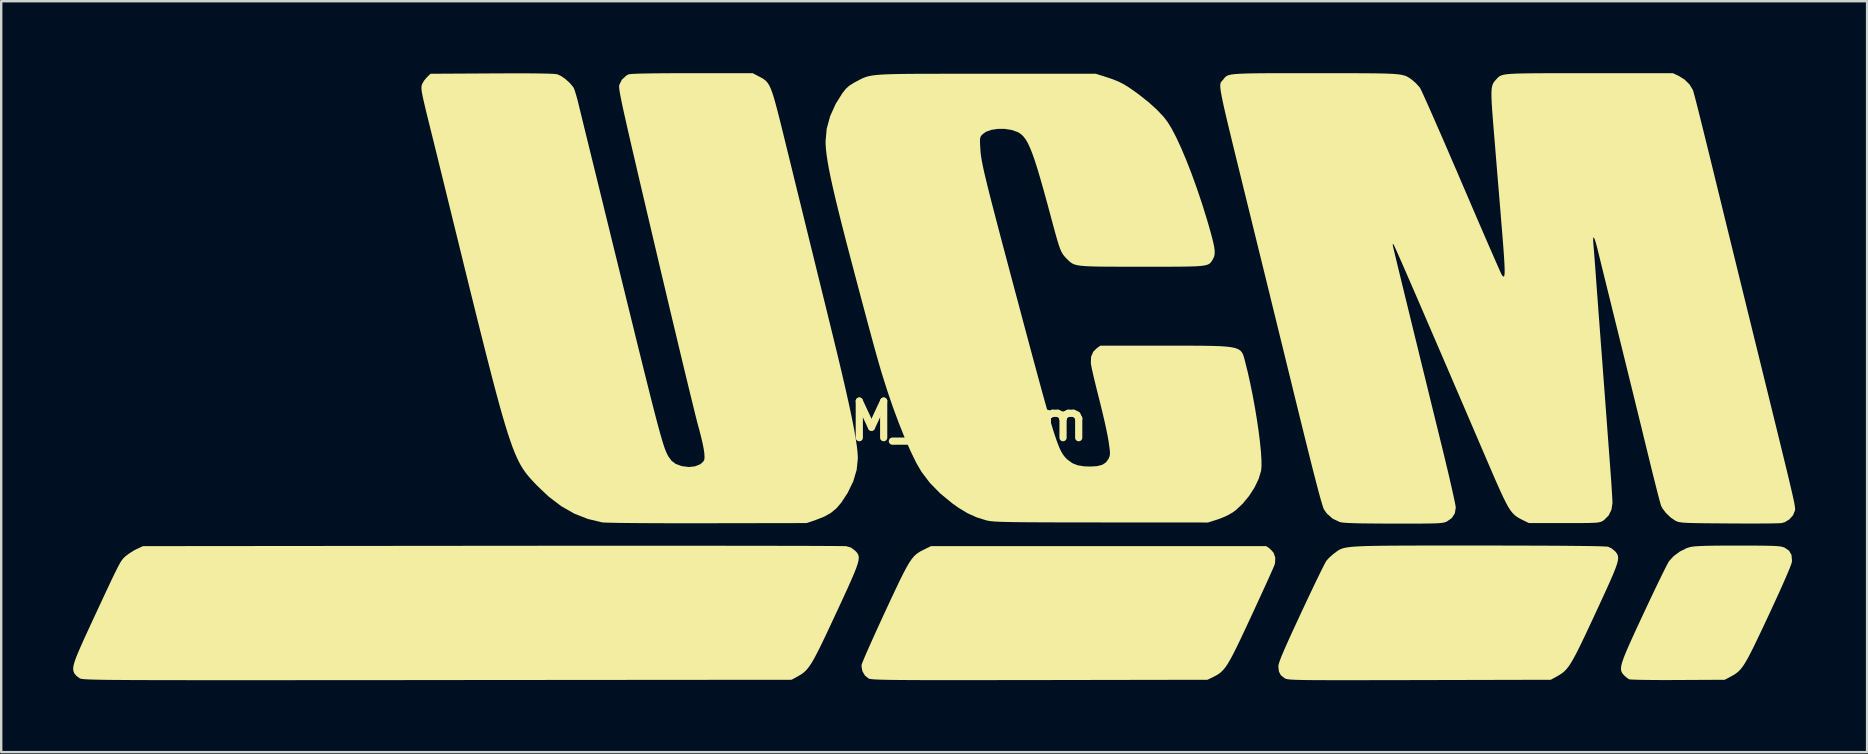
<source format=kicad_pcb>
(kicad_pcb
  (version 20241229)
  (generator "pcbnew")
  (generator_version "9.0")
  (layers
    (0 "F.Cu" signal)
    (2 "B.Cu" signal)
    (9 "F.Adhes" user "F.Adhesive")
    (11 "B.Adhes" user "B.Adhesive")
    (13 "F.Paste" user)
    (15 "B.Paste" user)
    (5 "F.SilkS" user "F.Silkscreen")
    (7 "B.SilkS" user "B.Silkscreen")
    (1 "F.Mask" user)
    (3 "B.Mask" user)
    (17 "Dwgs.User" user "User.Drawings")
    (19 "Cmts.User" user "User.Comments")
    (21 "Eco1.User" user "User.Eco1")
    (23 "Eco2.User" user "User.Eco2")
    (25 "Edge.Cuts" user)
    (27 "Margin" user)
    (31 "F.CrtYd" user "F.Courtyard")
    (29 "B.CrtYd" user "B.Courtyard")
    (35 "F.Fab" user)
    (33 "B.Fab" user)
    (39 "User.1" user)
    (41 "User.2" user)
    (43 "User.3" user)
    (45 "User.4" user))
  (footprint "UCM_25mm"
    (layer "F.Cu")
    (at 35.774 14.501)
    (property "Reference" "UCM_25mm" (at 0 0 0) (layer "F.SilkS") (effects (font (size 1.524 1.524) (thickness 0.3))))
    (attr board_only exclude_from_pos_files exclude_from_bom)
    (fp_poly (pts (xy 14.103 5.32) (xy 14.252 5.481) (xy 14.325 5.687) (xy 14.315 5.916) (xy 14.295 5.986) (xy 14.262 6.068) (xy 14.193 6.226) (xy 14.092 6.452) (xy 13.964 6.735) (xy 13.813 7.067) (xy 13.643 7.436) (xy 13.46 7.834) (xy 13.322 8.133) (xy 13.086 8.639) (xy 12.886 9.065) (xy 12.715 9.42) (xy 12.569 9.71) (xy 12.443 9.945) (xy 12.332 10.132) (xy 12.231 10.278) (xy 12.135 10.391) (xy 12.04 10.48) (xy 11.94 10.553) (xy 11.83 10.616) (xy 11.74 10.662) (xy 11.5 10.779) (xy 4.513 10.791) (xy 3.55 10.792) (xy 2.677 10.793) (xy 1.892 10.794) (xy 1.188 10.794) (xy 0.562 10.794) (xy 0.01 10.794) (xy -0.475 10.793) (xy -0.895 10.791) (xy -1.257 10.789) (xy -1.564 10.786) (xy -1.821 10.782) (xy -2.033 10.777) (xy -2.204 10.772) (xy -2.339 10.766) (xy -2.442 10.759) (xy -2.519 10.751) (xy -2.573 10.743) (xy -2.61 10.733) (xy -2.625 10.726) (xy -2.778 10.602) (xy -2.882 10.422) (xy -2.919 10.221) (xy -2.914 10.152) (xy -2.889 10.077) (xy -2.827 9.925) (xy -2.733 9.704) (xy -2.61 9.425) (xy -2.463 9.096) (xy -2.296 8.727) (xy -2.113 8.327) (xy -1.936 7.943) (xy -1.699 7.433) (xy -1.496 7.002) (xy -1.325 6.643) (xy -1.178 6.348) (xy -1.052 6.109) (xy -0.942 5.919) (xy -0.843 5.77) (xy -0.75 5.653) (xy -0.659 5.563) (xy -0.563 5.49) (xy -0.46 5.427) (xy -0.343 5.366) (xy -0.31 5.35) (xy -0.024 5.21) (xy 13.948 5.21)) (stroke (width 0) (type solid)) (fill yes) (layer "F.SilkS"))
    (fp_poly (pts (xy 33.609 5.187) (xy 34.071 5.187) (xy 34.446 5.189) (xy 34.746 5.192) (xy 34.981 5.197) (xy 35.161 5.204) (xy 35.295 5.214) (xy 35.395 5.227) (xy 35.471 5.244) (xy 35.532 5.265) (xy 35.559 5.277) (xy 35.738 5.401) (xy 35.838 5.578) (xy 35.86 5.81) (xy 35.854 5.871) (xy 35.827 5.964) (xy 35.761 6.137) (xy 35.658 6.384) (xy 35.521 6.699) (xy 35.354 7.074) (xy 35.158 7.504) (xy 34.937 7.982) (xy 34.886 8.091) (xy 34.648 8.597) (xy 34.446 9.024) (xy 34.274 9.38) (xy 34.128 9.671) (xy 34.003 9.907) (xy 33.893 10.095) (xy 33.794 10.243) (xy 33.701 10.359) (xy 33.61 10.45) (xy 33.514 10.524) (xy 33.411 10.589) (xy 33.298 10.651) (xy 33.058 10.779) (xy 31.114 10.789) (xy 30.688 10.791) (xy 30.289 10.79) (xy 29.929 10.787) (xy 29.618 10.783) (xy 29.366 10.777) (xy 29.186 10.77) (xy 29.087 10.762) (xy 29.073 10.759) (xy 28.975 10.696) (xy 28.866 10.598) (xy 28.857 10.589) (xy 28.802 10.525) (xy 28.761 10.46) (xy 28.737 10.386) (xy 28.731 10.296) (xy 28.747 10.181) (xy 28.787 10.034) (xy 28.852 9.846) (xy 28.947 9.612) (xy 29.073 9.321) (xy 29.232 8.968) (xy 29.428 8.543) (xy 29.662 8.04) (xy 29.672 8.019) (xy 29.867 7.603) (xy 30.054 7.208) (xy 30.228 6.844) (xy 30.385 6.52) (xy 30.52 6.247) (xy 30.627 6.034) (xy 30.703 5.89) (xy 30.737 5.834) (xy 30.931 5.623) (xy 31.186 5.435) (xy 31.466 5.295) (xy 31.603 5.251) (xy 31.701 5.232) (xy 31.841 5.217) (xy 32.033 5.206) (xy 32.284 5.197) (xy 32.605 5.191) (xy 33.002 5.188) (xy 33.484 5.187)) (stroke (width 0) (type solid)) (fill yes) (layer "F.SilkS"))
    (fp_poly (pts (xy 22.4 5.186) (xy 22.786 5.186) (xy 23.723 5.186) (xy 24.574 5.188) (xy 25.338 5.19) (xy 26.015 5.193) (xy 26.602 5.198) (xy 27.1 5.203) (xy 27.506 5.208) (xy 27.82 5.215) (xy 28.041 5.223) (xy 28.167 5.231) (xy 28.194 5.235) (xy 28.346 5.307) (xy 28.482 5.418) (xy 28.494 5.431) (xy 28.545 5.495) (xy 28.584 5.559) (xy 28.608 5.63) (xy 28.614 5.716) (xy 28.6 5.824) (xy 28.563 5.963) (xy 28.502 6.14) (xy 28.413 6.363) (xy 28.293 6.64) (xy 28.141 6.979) (xy 27.954 7.387) (xy 27.73 7.872) (xy 27.669 8.004) (xy 27.429 8.519) (xy 27.224 8.955) (xy 27.049 9.319) (xy 26.9 9.619) (xy 26.771 9.863) (xy 26.659 10.058) (xy 26.558 10.212) (xy 26.463 10.333) (xy 26.371 10.429) (xy 26.275 10.507) (xy 26.172 10.575) (xy 26.065 10.637) (xy 25.808 10.779) (xy 20.334 10.792) (xy 19.493 10.794) (xy 18.742 10.795) (xy 18.077 10.796) (xy 17.492 10.797) (xy 16.981 10.797) (xy 16.54 10.796) (xy 16.163 10.795) (xy 15.844 10.793) (xy 15.579 10.79) (xy 15.362 10.786) (xy 15.187 10.781) (xy 15.05 10.775) (xy 14.944 10.768) (xy 14.865 10.759) (xy 14.808 10.75) (xy 14.766 10.738) (xy 14.735 10.726) (xy 14.71 10.712) (xy 14.708 10.71) (xy 14.556 10.589) (xy 14.477 10.44) (xy 14.453 10.235) (xy 14.453 10.226) (xy 14.46 10.161) (xy 14.486 10.065) (xy 14.532 9.933) (xy 14.602 9.756) (xy 14.699 9.529) (xy 14.825 9.243) (xy 14.984 8.891) (xy 15.18 8.467) (xy 15.395 8.002) (xy 15.591 7.585) (xy 15.778 7.189) (xy 15.951 6.825) (xy 16.107 6.503) (xy 16.24 6.231) (xy 16.347 6.019) (xy 16.421 5.878) (xy 16.456 5.819) (xy 16.566 5.697) (xy 16.713 5.564) (xy 16.798 5.498) (xy 16.862 5.45) (xy 16.921 5.408) (xy 16.98 5.37) (xy 17.044 5.337) (xy 17.119 5.308) (xy 17.211 5.283) (xy 17.324 5.262) (xy 17.465 5.244) (xy 17.638 5.229) (xy 17.851 5.217) (xy 18.107 5.207) (xy 18.412 5.2) (xy 18.773 5.194) (xy 19.194 5.19) (xy 19.681 5.188) (xy 20.24 5.186) (xy 20.876 5.186) (xy 21.594 5.186)) (stroke (width 0) (type solid)) (fill yes) (layer "F.SilkS"))
    (fp_poly (pts (xy -11.68 5.193) (xy -10.701 5.193) (xy -9.768 5.193) (xy -8.886 5.194) (xy -8.057 5.195) (xy -7.286 5.196) (xy -6.576 5.197) (xy -5.931 5.198) (xy -5.356 5.199) (xy -4.853 5.201) (xy -4.427 5.203) (xy -4.08 5.205) (xy -3.818 5.207) (xy -3.644 5.209) (xy -3.561 5.212) (xy -3.556 5.212) (xy -3.359 5.27) (xy -3.188 5.397) (xy -3.178 5.407) (xy -3.119 5.47) (xy -3.073 5.533) (xy -3.044 5.603) (xy -3.033 5.688) (xy -3.043 5.796) (xy -3.076 5.934) (xy -3.135 6.111) (xy -3.222 6.333) (xy -3.34 6.608) (xy -3.49 6.944) (xy -3.675 7.349) (xy -3.898 7.831) (xy -3.997 8.043) (xy -4.236 8.554) (xy -4.439 8.987) (xy -4.613 9.347) (xy -4.761 9.643) (xy -4.888 9.884) (xy -4.999 10.076) (xy -5.099 10.227) (xy -5.193 10.345) (xy -5.285 10.439) (xy -5.38 10.516) (xy -5.482 10.583) (xy -5.576 10.637) (xy -5.834 10.779) (xy -20.598 10.791) (xy -22.01 10.793) (xy -23.328 10.794) (xy -24.557 10.794) (xy -25.699 10.795) (xy -26.758 10.796) (xy -27.737 10.796) (xy -28.639 10.797) (xy -29.467 10.797) (xy -30.225 10.796) (xy -30.915 10.796) (xy -31.542 10.795) (xy -32.108 10.794) (xy -32.615 10.793) (xy -33.069 10.791) (xy -33.471 10.79) (xy -33.825 10.787) (xy -34.134 10.785) (xy -34.401 10.782) (xy -34.63 10.778) (xy -34.824 10.774) (xy -34.985 10.77) (xy -35.117 10.765) (xy -35.224 10.76) (xy -35.308 10.755) (xy -35.372 10.748) (xy -35.421 10.742) (xy -35.456 10.735) (xy -35.482 10.727) (xy -35.501 10.718) (xy -35.516 10.71) (xy -35.633 10.621) (xy -35.715 10.53) (xy -35.72 10.521) (xy -35.752 10.451) (xy -35.771 10.376) (xy -35.774 10.289) (xy -35.758 10.18) (xy -35.72 10.041) (xy -35.658 9.864) (xy -35.567 9.639) (xy -35.446 9.36) (xy -35.292 9.017) (xy -35.101 8.602) (xy -34.938 8.25) (xy -34.696 7.73) (xy -34.491 7.29) (xy -34.318 6.922) (xy -34.176 6.62) (xy -34.058 6.375) (xy -33.963 6.181) (xy -33.885 6.031) (xy -33.822 5.916) (xy -33.77 5.83) (xy -33.724 5.766) (xy -33.682 5.716) (xy -33.638 5.673) (xy -33.596 5.634) (xy -33.44 5.515) (xy -33.249 5.395) (xy -33.136 5.336) (xy -32.866 5.21) (xy -18.318 5.196) (xy -17.14 5.195) (xy -15.985 5.194) (xy -14.858 5.193) (xy -13.763 5.193) (xy -12.702 5.193)) (stroke (width 0) (type solid)) (fill yes) (layer "F.SilkS"))
    (fp_poly (pts (xy -7.197 -14.366) (xy -7.089 -14.309) (xy -6.996 -14.253) (xy -6.915 -14.19) (xy -6.843 -14.113) (xy -6.776 -14.012) (xy -6.712 -13.88) (xy -6.646 -13.709) (xy -6.575 -13.491) (xy -6.497 -13.217) (xy -6.408 -12.879) (xy -6.304 -12.469) (xy -6.183 -11.979) (xy -6.099 -11.637) (xy -5.963 -11.084) (xy -5.812 -10.47) (xy -5.653 -9.819) (xy -5.49 -9.158) (xy -5.331 -8.511) (xy -5.182 -7.904) (xy -5.049 -7.363) (xy -5.039 -7.322) (xy -4.912 -6.808) (xy -4.777 -6.256) (xy -4.637 -5.688) (xy -4.498 -5.124) (xy -4.366 -4.587) (xy -4.246 -4.098) (xy -4.143 -3.677) (xy -4.13 -3.625) (xy -3.92 -2.762) (xy -3.735 -1.987) (xy -3.575 -1.297) (xy -3.439 -0.686) (xy -3.325 -0.151) (xy -3.234 0.312) (xy -3.164 0.708) (xy -3.114 1.04) (xy -3.084 1.312) (xy -3.073 1.529) (xy -3.073 1.552) (xy -3.121 2.029) (xy -3.264 2.512) (xy -3.501 2.998) (xy -3.765 3.399) (xy -3.97 3.639) (xy -4.203 3.829) (xy -4.485 3.986) (xy -4.826 4.119) (xy -5.21 4.249) (xy -9.339 4.256) (xy -9.996 4.257) (xy -10.622 4.257) (xy -11.21 4.255) (xy -11.754 4.253) (xy -12.247 4.25) (xy -12.682 4.246) (xy -13.051 4.241) (xy -13.349 4.235) (xy -13.567 4.229) (xy -13.7 4.223) (xy -13.731 4.219) (xy -14.329 4.076) (xy -14.896 3.852) (xy -15.437 3.542) (xy -15.96 3.144) (xy -16.425 2.703) (xy -16.543 2.58) (xy -16.652 2.464) (xy -16.755 2.35) (xy -16.852 2.234) (xy -16.944 2.114) (xy -17.033 1.984) (xy -17.12 1.841) (xy -17.206 1.681) (xy -17.292 1.501) (xy -17.38 1.296) (xy -17.471 1.062) (xy -17.565 0.796) (xy -17.665 0.495) (xy -17.771 0.153) (xy -17.885 -0.233) (xy -18.007 -0.666) (xy -18.139 -1.151) (xy -18.282 -1.692) (xy -18.437 -2.292) (xy -18.606 -2.954) (xy -18.79 -3.684) (xy -18.99 -4.485) (xy -19.207 -5.36) (xy -19.442 -6.314) (xy -19.696 -7.35) (xy -19.972 -8.472) (xy -20.214 -9.459) (xy -20.322 -9.899) (xy -20.442 -10.387) (xy -20.566 -10.891) (xy -20.687 -11.384) (xy -20.799 -11.834) (xy -20.871 -12.124) (xy -20.983 -12.575) (xy -21.073 -12.943) (xy -21.143 -13.238) (xy -21.195 -13.468) (xy -21.23 -13.645) (xy -21.252 -13.777) (xy -21.26 -13.875) (xy -21.257 -13.948) (xy -21.246 -14.006) (xy -21.227 -14.058) (xy -21.152 -14.187) (xy -21.043 -14.32) (xy -21.024 -14.339) (xy -20.88 -14.477) (xy -18.327 -14.491) (xy -17.684 -14.494) (xy -17.133 -14.495) (xy -16.672 -14.493) (xy -16.296 -14.489) (xy -16.003 -14.482) (xy -15.787 -14.474) (xy -15.647 -14.462) (xy -15.588 -14.452) (xy -15.43 -14.376) (xy -15.249 -14.247) (xy -15.076 -14.091) (xy -14.944 -13.934) (xy -14.908 -13.876) (xy -14.87 -13.777) (xy -14.819 -13.611) (xy -14.761 -13.404) (xy -14.722 -13.249) (xy -14.683 -13.086) (xy -14.623 -12.844) (xy -14.548 -12.537) (xy -14.461 -12.179) (xy -14.364 -11.786) (xy -14.262 -11.371) (xy -14.164 -10.971) (xy -14.057 -10.536) (xy -13.932 -10.029) (xy -13.795 -9.469) (xy -13.65 -8.878) (xy -13.502 -8.275) (xy -13.357 -7.683) (xy -13.219 -7.12) (xy -13.156 -6.866) (xy -12.908 -5.855) (xy -12.682 -4.934) (xy -12.476 -4.096) (xy -12.29 -3.339) (xy -12.121 -2.658) (xy -11.97 -2.048) (xy -11.834 -1.506) (xy -11.714 -1.026) (xy -11.607 -0.605) (xy -11.512 -0.238) (xy -11.429 0.079) (xy -11.355 0.351) (xy -11.291 0.582) (xy -11.235 0.776) (xy -11.185 0.938) (xy -11.142 1.072) (xy -11.102 1.183) (xy -11.066 1.274) (xy -11.032 1.35) (xy -10.999 1.415) (xy -10.969 1.47) (xy -10.834 1.655) (xy -10.668 1.78) (xy -10.441 1.865) (xy -10.379 1.88) (xy -10.106 1.912) (xy -9.853 1.883) (xy -9.645 1.799) (xy -9.577 1.746) (xy -9.507 1.675) (xy -9.471 1.605) (xy -9.461 1.506) (xy -9.47 1.348) (xy -9.474 1.305) (xy -9.498 1.146) (xy -9.543 0.92) (xy -9.606 0.652) (xy -9.68 0.366) (xy -9.721 0.216) (xy -9.758 0.078) (xy -9.816 -0.148) (xy -9.892 -0.456) (xy -9.986 -0.838) (xy -10.096 -1.29) (xy -10.221 -1.804) (xy -10.359 -2.376) (xy -10.508 -2.998) (xy -10.667 -3.665) (xy -10.836 -4.371) (xy -11.011 -5.109) (xy -11.192 -5.874) (xy -11.378 -6.659) (xy -11.502 -7.189) (xy -11.72 -8.114) (xy -11.917 -8.951) (xy -12.094 -9.704) (xy -12.251 -10.377) (xy -12.39 -10.975) (xy -12.513 -11.502) (xy -12.619 -11.963) (xy -12.71 -12.363) (xy -12.787 -12.707) (xy -12.852 -12.998) (xy -12.904 -13.241) (xy -12.945 -13.441) (xy -12.976 -13.603) (xy -12.998 -13.731) (xy -13.013 -13.83) (xy -13.02 -13.904) (xy -13.021 -13.957) (xy -13.018 -13.995) (xy -13.015 -14.01) (xy -12.907 -14.23) (xy -12.719 -14.403) (xy -12.643 -14.447) (xy -12.581 -14.46) (xy -12.447 -14.471) (xy -12.238 -14.481) (xy -11.95 -14.488) (xy -11.581 -14.494) (xy -11.125 -14.498) (xy -10.581 -14.5) (xy -9.996 -14.501) (xy -7.453 -14.501)) (stroke (width 0) (type solid)) (fill yes) (layer "F.SilkS"))
    (fp_poly (pts (xy 1.92 -14.477) (xy 2.281 -14.477) (xy 6.842 -14.477) (xy 7.265 -14.344) (xy 7.548 -14.249) (xy 7.789 -14.152) (xy 8.012 -14.038) (xy 8.245 -13.894) (xy 8.513 -13.705) (xy 8.635 -13.616) (xy 9.035 -13.3) (xy 9.38 -12.99) (xy 9.659 -12.697) (xy 9.829 -12.479) (xy 10.006 -12.191) (xy 10.2 -11.819) (xy 10.405 -11.375) (xy 10.618 -10.871) (xy 10.834 -10.317) (xy 11.049 -9.723) (xy 11.259 -9.102) (xy 11.459 -8.463) (xy 11.55 -8.153) (xy 11.654 -7.785) (xy 11.729 -7.496) (xy 11.777 -7.271) (xy 11.8 -7.098) (xy 11.798 -6.964) (xy 11.774 -6.854) (xy 11.73 -6.757) (xy 11.718 -6.736) (xy 11.679 -6.673) (xy 11.641 -6.619) (xy 11.596 -6.573) (xy 11.537 -6.536) (xy 11.455 -6.506) (xy 11.343 -6.483) (xy 11.194 -6.465) (xy 10.999 -6.452) (xy 10.751 -6.444) (xy 10.442 -6.439) (xy 10.064 -6.436) (xy 9.609 -6.435) (xy 9.071 -6.435) (xy 8.753 -6.435) (xy 8.167 -6.435) (xy 7.669 -6.436) (xy 7.25 -6.438) (xy 6.903 -6.442) (xy 6.62 -6.45) (xy 6.392 -6.461) (xy 6.212 -6.477) (xy 6.071 -6.499) (xy 5.962 -6.528) (xy 5.875 -6.564) (xy 5.804 -6.609) (xy 5.739 -6.662) (xy 5.673 -6.726) (xy 5.626 -6.773) (xy 5.55 -6.854) (xy 5.485 -6.935) (xy 5.426 -7.031) (xy 5.37 -7.152) (xy 5.312 -7.311) (xy 5.246 -7.52) (xy 5.169 -7.79) (xy 5.075 -8.135) (xy 5.01 -8.375) (xy 4.832 -9.038) (xy 4.674 -9.613) (xy 4.533 -10.108) (xy 4.408 -10.53) (xy 4.294 -10.884) (xy 4.19 -11.177) (xy 4.093 -11.416) (xy 4.002 -11.607) (xy 3.912 -11.757) (xy 3.822 -11.872) (xy 3.729 -11.959) (xy 3.631 -12.024) (xy 3.59 -12.046) (xy 3.336 -12.135) (xy 3.053 -12.179) (xy 2.764 -12.18) (xy 2.494 -12.14) (xy 2.269 -12.059) (xy 2.135 -11.965) (xy 2.076 -11.903) (xy 2.039 -11.843) (xy 2.021 -11.763) (xy 2.018 -11.641) (xy 2.026 -11.454) (xy 2.032 -11.356) (xy 2.039 -11.252) (xy 2.05 -11.143) (xy 2.066 -11.022) (xy 2.088 -10.885) (xy 2.118 -10.726) (xy 2.156 -10.54) (xy 2.205 -10.321) (xy 2.266 -10.065) (xy 2.339 -9.765) (xy 2.426 -9.417) (xy 2.529 -9.015) (xy 2.649 -8.554) (xy 2.786 -8.029) (xy 2.943 -7.434) (xy 3.121 -6.765) (xy 3.32 -6.014) (xy 3.543 -5.179) (xy 3.625 -4.874) (xy 3.859 -3.994) (xy 4.071 -3.202) (xy 4.262 -2.493) (xy 4.433 -1.862) (xy 4.585 -1.304) (xy 4.721 -0.814) (xy 4.842 -0.387) (xy 4.949 -0.018) (xy 5.044 0.298) (xy 5.129 0.565) (xy 5.205 0.789) (xy 5.273 0.975) (xy 5.336 1.128) (xy 5.395 1.252) (xy 5.451 1.352) (xy 5.507 1.434) (xy 5.563 1.503) (xy 5.621 1.563) (xy 5.683 1.62) (xy 5.683 1.62) (xy 5.873 1.755) (xy 6.091 1.841) (xy 6.359 1.884) (xy 6.602 1.893) (xy 6.895 1.876) (xy 7.111 1.821) (xy 7.266 1.722) (xy 7.374 1.573) (xy 7.381 1.558) (xy 7.414 1.481) (xy 7.432 1.403) (xy 7.435 1.303) (xy 7.422 1.161) (xy 7.394 0.955) (xy 7.376 0.833) (xy 7.34 0.628) (xy 7.284 0.35) (xy 7.212 0.021) (xy 7.128 -0.339) (xy 7.038 -0.71) (xy 6.976 -0.955) (xy 6.889 -1.297) (xy 6.81 -1.621) (xy 6.741 -1.911) (xy 6.687 -2.151) (xy 6.651 -2.327) (xy 6.638 -2.415) (xy 6.648 -2.679) (xy 6.735 -2.888) (xy 6.885 -3.038) (xy 7.034 -3.145) (xy 9.699 -3.145) (xy 10.33 -3.145) (xy 10.873 -3.144) (xy 11.333 -3.141) (xy 11.719 -3.134) (xy 12.038 -3.123) (xy 12.296 -3.105) (xy 12.501 -3.079) (xy 12.66 -3.044) (xy 12.78 -2.998) (xy 12.868 -2.941) (xy 12.931 -2.87) (xy 12.978 -2.785) (xy 13.013 -2.684) (xy 13.046 -2.565) (xy 13.064 -2.494) (xy 13.178 -2.037) (xy 13.286 -1.551) (xy 13.388 -1.048) (xy 13.48 -0.542) (xy 13.562 -0.044) (xy 13.632 0.433) (xy 13.687 0.878) (xy 13.727 1.277) (xy 13.748 1.618) (xy 13.75 1.89) (xy 13.734 2.065) (xy 13.633 2.405) (xy 13.461 2.763) (xy 13.234 3.116) (xy 12.969 3.438) (xy 12.682 3.708) (xy 12.551 3.804) (xy 12.369 3.909) (xy 12.142 4.014) (xy 11.916 4.1) (xy 11.902 4.104) (xy 11.519 4.225) (xy 7.068 4.222) (xy 6.307 4.221) (xy 5.636 4.22) (xy 5.049 4.219) (xy 4.539 4.217) (xy 4.101 4.215) (xy 3.728 4.212) (xy 3.414 4.208) (xy 3.153 4.203) (xy 2.938 4.198) (xy 2.764 4.191) (xy 2.624 4.183) (xy 2.513 4.173) (xy 2.423 4.163) (xy 2.35 4.15) (xy 2.286 4.136) (xy 2.281 4.135) (xy 1.88 4.011) (xy 1.502 3.84) (xy 1.118 3.608) (xy 0.857 3.422) (xy 0.347 3.001) (xy -0.075 2.568) (xy -0.42 2.112) (xy -0.636 1.742) (xy -0.871 1.259) (xy -1.117 0.699) (xy -1.365 0.08) (xy -1.611 -0.581) (xy -1.845 -1.267) (xy -2.036 -1.869) (xy -2.097 -2.068) (xy -2.157 -2.271) (xy -2.218 -2.484) (xy -2.285 -2.717) (xy -2.358 -2.979) (xy -2.44 -3.279) (xy -2.534 -3.624) (xy -2.642 -4.024) (xy -2.766 -4.488) (xy -2.909 -5.024) (xy -3.073 -5.641) (xy -3.137 -5.882) (xy -3.359 -6.724) (xy -3.557 -7.479) (xy -3.73 -8.154) (xy -3.88 -8.754) (xy -4.009 -9.284) (xy -4.117 -9.751) (xy -4.207 -10.16) (xy -4.279 -10.516) (xy -4.334 -10.827) (xy -4.375 -11.096) (xy -4.401 -11.331) (xy -4.415 -11.536) (xy -4.417 -11.668) (xy -4.37 -12.185) (xy -4.229 -12.704) (xy -3.997 -13.219) (xy -3.718 -13.665) (xy -3.573 -13.849) (xy -3.424 -13.984) (xy -3.23 -14.104) (xy -3.184 -14.129) (xy -3.077 -14.185) (xy -2.983 -14.236) (xy -2.895 -14.28) (xy -2.806 -14.318) (xy -2.712 -14.351) (xy -2.604 -14.379) (xy -2.479 -14.403) (xy -2.328 -14.423) (xy -2.146 -14.438) (xy -1.926 -14.451) (xy -1.663 -14.46) (xy -1.35 -14.467) (xy -0.981 -14.472) (xy -0.55 -14.475) (xy -0.051 -14.476) (xy 0.523 -14.477) (xy 1.178 -14.477)) (stroke (width 0) (type solid)) (fill yes) (layer "F.SilkS"))
    (fp_poly (pts (xy 17.249 -14.5) (xy 17.757 -14.499) (xy 18.19 -14.497) (xy 18.554 -14.493) (xy 18.858 -14.487) (xy 19.107 -14.478) (xy 19.31 -14.466) (xy 19.472 -14.45) (xy 19.6 -14.429) (xy 19.703 -14.404) (xy 19.786 -14.374) (xy 19.857 -14.338) (xy 19.923 -14.296) (xy 19.991 -14.247) (xy 20.039 -14.212) (xy 20.186 -14.083) (xy 20.322 -13.934) (xy 20.359 -13.884) (xy 20.396 -13.813) (xy 20.468 -13.66) (xy 20.571 -13.432) (xy 20.704 -13.137) (xy 20.861 -12.781) (xy 21.041 -12.37) (xy 21.241 -11.913) (xy 21.458 -11.415) (xy 21.687 -10.883) (xy 21.928 -10.325) (xy 22.084 -9.96) (xy 22.329 -9.39) (xy 22.563 -8.845) (xy 22.785 -8.329) (xy 22.992 -7.851) (xy 23.18 -7.417) (xy 23.347 -7.034) (xy 23.49 -6.707) (xy 23.605 -6.445) (xy 23.691 -6.253) (xy 23.743 -6.138) (xy 23.759 -6.107) (xy 23.801 -6.049) (xy 23.834 -6.022) (xy 23.859 -6.033) (xy 23.876 -6.087) (xy 23.884 -6.193) (xy 23.883 -6.355) (xy 23.874 -6.581) (xy 23.856 -6.876) (xy 23.829 -7.248) (xy 23.794 -7.702) (xy 23.749 -8.246) (xy 23.747 -8.269) (xy 23.704 -8.798) (xy 23.657 -9.367) (xy 23.608 -9.954) (xy 23.56 -10.536) (xy 23.514 -11.092) (xy 23.473 -11.599) (xy 23.437 -12.035) (xy 23.432 -12.091) (xy 23.394 -12.566) (xy 23.364 -12.957) (xy 23.344 -13.271) (xy 23.334 -13.521) (xy 23.334 -13.715) (xy 23.344 -13.864) (xy 23.366 -13.977) (xy 23.399 -14.066) (xy 23.444 -14.14) (xy 23.502 -14.209) (xy 23.52 -14.229) (xy 23.566 -14.279) (xy 23.608 -14.323) (xy 23.653 -14.361) (xy 23.708 -14.393) (xy 23.778 -14.42) (xy 23.872 -14.442) (xy 23.995 -14.459) (xy 24.155 -14.473) (xy 24.358 -14.483) (xy 24.611 -14.49) (xy 24.921 -14.495) (xy 25.295 -14.498) (xy 25.739 -14.5) (xy 26.26 -14.5) (xy 26.866 -14.5) (xy 27.402 -14.5) (xy 30.898 -14.5) (xy 31.138 -14.388) (xy 31.383 -14.235) (xy 31.588 -14.033) (xy 31.725 -13.808) (xy 31.728 -13.802) (xy 31.748 -13.739) (xy 31.784 -13.612) (xy 31.835 -13.419) (xy 31.902 -13.157) (xy 31.987 -12.822) (xy 32.089 -12.413) (xy 32.21 -11.926) (xy 32.35 -11.358) (xy 32.51 -10.706) (xy 32.691 -9.967) (xy 32.894 -9.139) (xy 32.962 -8.859) (xy 33.043 -8.526) (xy 33.145 -8.11) (xy 33.266 -7.619) (xy 33.402 -7.064) (xy 33.552 -6.453) (xy 33.714 -5.795) (xy 33.884 -5.102) (xy 34.061 -4.381) (xy 34.243 -3.642) (xy 34.427 -2.895) (xy 34.572 -2.305) (xy 34.784 -1.445) (xy 34.974 -0.673) (xy 35.143 0.016) (xy 35.293 0.626) (xy 35.424 1.162) (xy 35.538 1.63) (xy 35.637 2.035) (xy 35.72 2.381) (xy 35.789 2.673) (xy 35.846 2.917) (xy 35.892 3.116) (xy 35.927 3.277) (xy 35.953 3.404) (xy 35.971 3.502) (xy 35.982 3.576) (xy 35.988 3.631) (xy 35.989 3.672) (xy 35.987 3.704) (xy 35.982 3.73) (xy 35.901 3.926) (xy 35.75 4.095) (xy 35.557 4.212) (xy 35.425 4.249) (xy 35.333 4.255) (xy 35.157 4.26) (xy 34.907 4.264) (xy 34.595 4.266) (xy 34.232 4.268) (xy 33.83 4.267) (xy 33.4 4.265) (xy 33.202 4.264) (xy 32.709 4.26) (xy 32.302 4.257) (xy 31.973 4.253) (xy 31.711 4.247) (xy 31.508 4.241) (xy 31.353 4.232) (xy 31.238 4.221) (xy 31.154 4.207) (xy 31.09 4.19) (xy 31.037 4.169) (xy 30.99 4.145) (xy 30.796 4.011) (xy 30.61 3.832) (xy 30.463 3.641) (xy 30.405 3.529) (xy 30.38 3.448) (xy 30.335 3.286) (xy 30.274 3.055) (xy 30.201 2.77) (xy 30.118 2.44) (xy 30.028 2.08) (xy 29.983 1.897) (xy 29.782 1.075) (xy 29.596 0.312) (xy 29.418 -0.412) (xy 29.245 -1.119) (xy 29.07 -1.829) (xy 28.889 -2.564) (xy 28.697 -3.344) (xy 28.488 -4.191) (xy 28.426 -4.441) (xy 28.309 -4.917) (xy 28.195 -5.377) (xy 28.088 -5.81) (xy 27.991 -6.205) (xy 27.905 -6.553) (xy 27.835 -6.84) (xy 27.781 -7.058) (xy 27.748 -7.194) (xy 27.746 -7.202) (xy 27.684 -7.436) (xy 27.634 -7.588) (xy 27.597 -7.656) (xy 27.576 -7.636) (xy 27.572 -7.527) (xy 27.581 -7.394) (xy 27.592 -7.262) (xy 27.609 -7.051) (xy 27.63 -6.777) (xy 27.655 -6.456) (xy 27.681 -6.104) (xy 27.706 -5.762) (xy 27.736 -5.352) (xy 27.769 -4.915) (xy 27.801 -4.478) (xy 27.832 -4.068) (xy 27.859 -3.711) (xy 27.873 -3.529) (xy 27.894 -3.246) (xy 27.922 -2.888) (xy 27.953 -2.476) (xy 27.986 -2.033) (xy 28.02 -1.579) (xy 28.054 -1.134) (xy 28.063 -1.008) (xy 28.098 -0.545) (xy 28.136 -0.04) (xy 28.174 0.478) (xy 28.212 0.983) (xy 28.247 1.449) (xy 28.277 1.848) (xy 28.28 1.886) (xy 28.306 2.242) (xy 28.33 2.578) (xy 28.349 2.881) (xy 28.365 3.132) (xy 28.374 3.318) (xy 28.377 3.416) (xy 28.335 3.693) (xy 28.215 3.935) (xy 28.028 4.121) (xy 27.995 4.144) (xy 27.944 4.174) (xy 27.89 4.197) (xy 27.822 4.215) (xy 27.729 4.229) (xy 27.599 4.238) (xy 27.422 4.244) (xy 27.186 4.247) (xy 26.879 4.249) (xy 26.491 4.249) (xy 26.36 4.249) (xy 24.896 4.249) (xy 24.625 4.116) (xy 24.505 4.055) (xy 24.4 3.992) (xy 24.304 3.92) (xy 24.214 3.83) (xy 24.123 3.714) (xy 24.028 3.564) (xy 23.924 3.372) (xy 23.805 3.13) (xy 23.667 2.83) (xy 23.504 2.463) (xy 23.313 2.022) (xy 23.156 1.657) (xy 22.681 0.551) (xy 22.243 -0.47) (xy 21.84 -1.407) (xy 21.472 -2.265) (xy 21.136 -3.044) (xy 20.832 -3.75) (xy 20.559 -4.383) (xy 20.316 -4.947) (xy 20.101 -5.444) (xy 19.913 -5.877) (xy 19.751 -6.25) (xy 19.614 -6.563) (xy 19.501 -6.821) (xy 19.41 -7.026) (xy 19.34 -7.181) (xy 19.291 -7.288) (xy 19.26 -7.351) (xy 19.248 -7.37) (xy 19.218 -7.377) (xy 19.227 -7.298) (xy 19.256 -7.172) (xy 19.308 -6.957) (xy 19.38 -6.659) (xy 19.471 -6.282) (xy 19.581 -5.83) (xy 19.708 -5.31) (xy 19.851 -4.725) (xy 20.008 -4.08) (xy 20.18 -3.38) (xy 20.363 -2.63) (xy 20.558 -1.835) (xy 20.763 -0.999) (xy 20.977 -0.127) (xy 21.199 0.776) (xy 21.301 1.191) (xy 21.411 1.645) (xy 21.514 2.075) (xy 21.607 2.473) (xy 21.688 2.827) (xy 21.755 3.128) (xy 21.805 3.366) (xy 21.837 3.53) (xy 21.847 3.609) (xy 21.805 3.849) (xy 21.679 4.042) (xy 21.485 4.178) (xy 21.433 4.202) (xy 21.375 4.221) (xy 21.303 4.236) (xy 21.207 4.248) (xy 21.077 4.257) (xy 20.904 4.263) (xy 20.679 4.267) (xy 20.392 4.27) (xy 20.035 4.271) (xy 19.597 4.271) (xy 19.251 4.27) (xy 18.715 4.269) (xy 18.268 4.265) (xy 17.901 4.261) (xy 17.607 4.254) (xy 17.379 4.245) (xy 17.208 4.234) (xy 17.087 4.22) (xy 17.009 4.203) (xy 17.008 4.203) (xy 16.715 4.064) (xy 16.474 3.851) (xy 16.356 3.684) (xy 16.322 3.603) (xy 16.273 3.448) (xy 16.205 3.215) (xy 16.12 2.904) (xy 16.017 2.51) (xy 15.894 2.033) (xy 15.752 1.471) (xy 15.59 0.82) (xy 15.407 0.08) (xy 15.269 -0.48) (xy 15.113 -1.115) (xy 14.958 -1.749) (xy 14.805 -2.372) (xy 14.658 -2.974) (xy 14.517 -3.546) (xy 14.387 -4.076) (xy 14.269 -4.557) (xy 14.166 -4.976) (xy 14.081 -5.326) (xy 14.014 -5.595) (xy 13.997 -5.666) (xy 13.9 -6.062) (xy 13.787 -6.522) (xy 13.665 -7.016) (xy 13.543 -7.513) (xy 13.427 -7.985) (xy 13.354 -8.283) (xy 13.145 -9.131) (xy 12.958 -9.891) (xy 12.792 -10.568) (xy 12.645 -11.166) (xy 12.517 -11.692) (xy 12.406 -12.149) (xy 12.312 -12.543) (xy 12.233 -12.879) (xy 12.169 -13.162) (xy 12.119 -13.397) (xy 12.081 -13.588) (xy 12.054 -13.742) (xy 12.038 -13.863) (xy 12.031 -13.956) (xy 12.033 -14.026) (xy 12.042 -14.078) (xy 12.057 -14.117) (xy 12.078 -14.148) (xy 12.103 -14.177) (xy 12.132 -14.207) (xy 12.153 -14.233) (xy 12.192 -14.283) (xy 12.228 -14.326) (xy 12.269 -14.363) (xy 12.321 -14.395) (xy 12.391 -14.421) (xy 12.485 -14.443) (xy 12.611 -14.46) (xy 12.775 -14.473) (xy 12.984 -14.483) (xy 13.244 -14.491) (xy 13.562 -14.496) (xy 13.946 -14.499) (xy 14.401 -14.5) (xy 14.934 -14.501) (xy 15.553 -14.501) (xy 15.981 -14.501) (xy 16.66 -14.501)) (stroke (width 0) (type solid)) (fill yes) (layer "F.SilkS")))
  (gr_rect
    (start -3 -3)
    (end 74.763 28.297)
    (stroke (width 0.1) (type default))
    (fill no)
    (layer "Edge.Cuts")))
</source>
